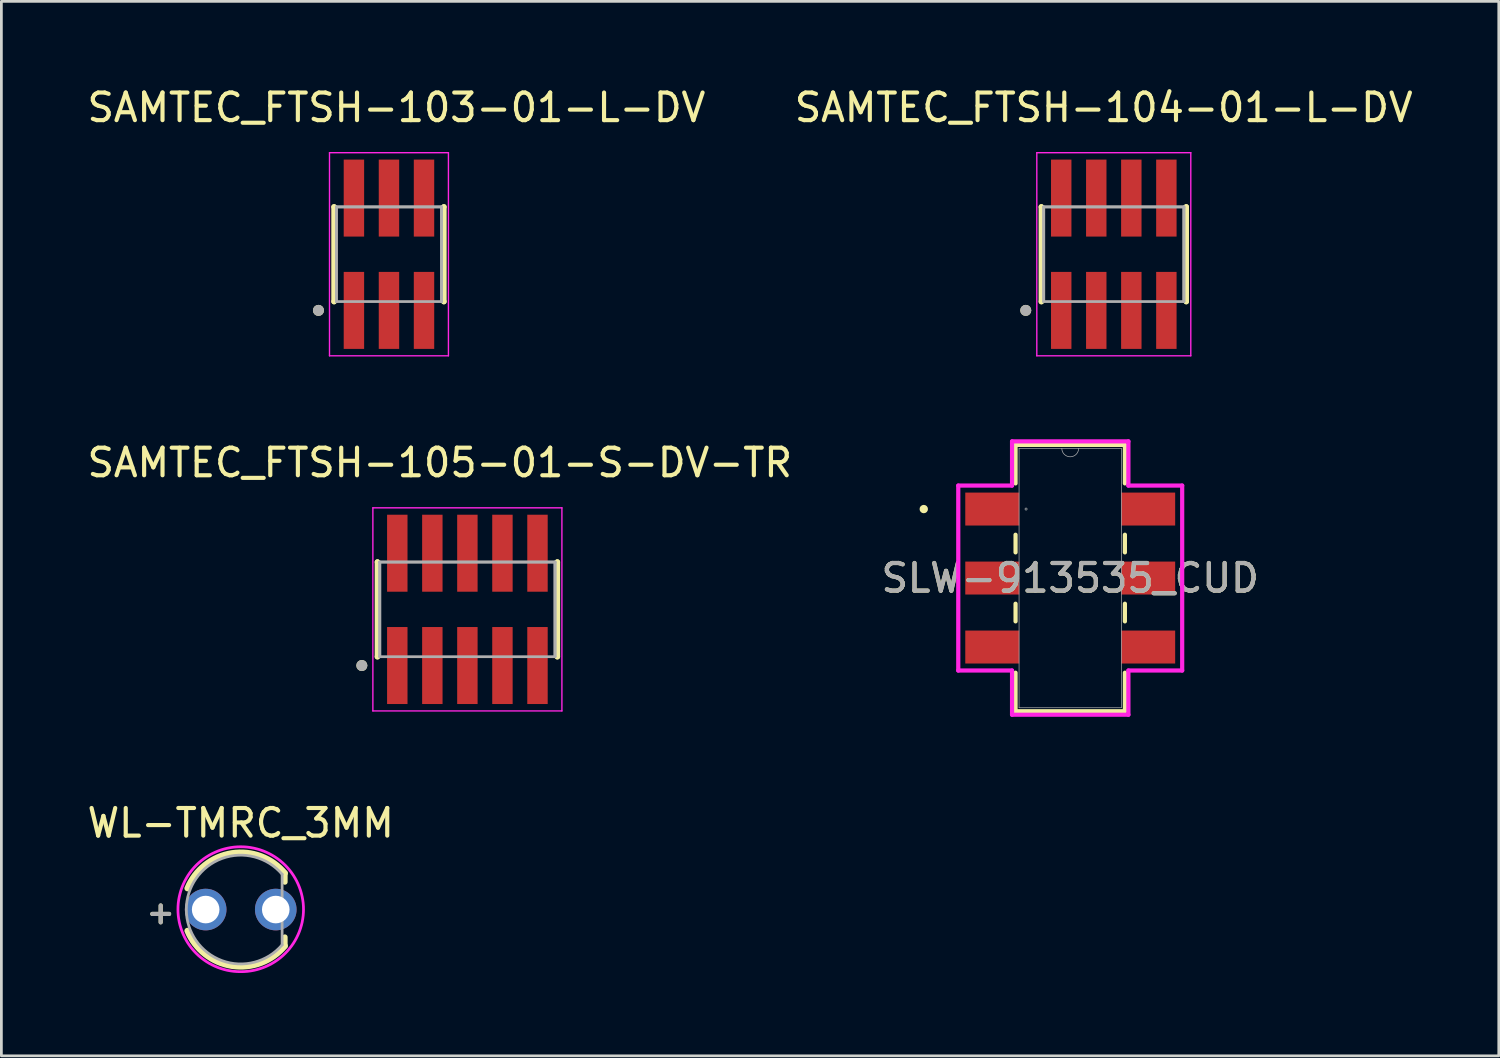
<source format=kicad_pcb>
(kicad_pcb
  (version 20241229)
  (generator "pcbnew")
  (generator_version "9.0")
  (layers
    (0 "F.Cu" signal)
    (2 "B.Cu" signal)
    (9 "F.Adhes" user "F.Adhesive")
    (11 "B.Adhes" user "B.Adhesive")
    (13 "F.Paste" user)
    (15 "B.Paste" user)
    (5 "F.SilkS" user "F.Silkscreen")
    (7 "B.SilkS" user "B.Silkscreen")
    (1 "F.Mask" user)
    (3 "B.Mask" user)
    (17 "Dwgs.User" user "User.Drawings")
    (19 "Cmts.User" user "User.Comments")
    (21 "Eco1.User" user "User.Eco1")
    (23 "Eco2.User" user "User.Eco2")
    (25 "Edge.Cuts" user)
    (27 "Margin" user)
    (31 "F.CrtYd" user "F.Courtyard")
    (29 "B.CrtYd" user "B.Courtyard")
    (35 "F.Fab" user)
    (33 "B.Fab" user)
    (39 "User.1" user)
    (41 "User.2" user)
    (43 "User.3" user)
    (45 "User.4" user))
  (footprint "SLW-913535_CUD"
    (layer "F.Cu")
    (at 35.732 17.897)
    (property "Reference" "SLW-913535_CUD" (at 0 0 0) (unlocked yes) (layer "F.SilkS") (effects (font (size 1 1) (thickness 0.15))))
    (attr smd)
    (fp_line (start -1.981 -4.826) (end -1.981 -3.43) (stroke (width 0.152) (type solid)) (layer "F.SilkS"))
    (fp_line (start -1.981 -1.57) (end -1.981 -0.93) (stroke (width 0.152) (type solid)) (layer "F.SilkS"))
    (fp_line (start -1.981 0.93) (end -1.981 1.57) (stroke (width 0.152) (type solid)) (layer "F.SilkS"))
    (fp_line (start -1.981 3.43) (end -1.981 4.826) (stroke (width 0.152) (type solid)) (layer "F.SilkS"))
    (fp_line (start -1.981 4.826) (end 1.981 4.826) (stroke (width 0.152) (type solid)) (layer "F.SilkS"))
    (fp_line (start 1.981 -4.826) (end -1.981 -4.826) (stroke (width 0.152) (type solid)) (layer "F.SilkS"))
    (fp_line (start 1.981 -3.43) (end 1.981 -4.826) (stroke (width 0.152) (type solid)) (layer "F.SilkS"))
    (fp_line (start 1.981 -0.93) (end 1.981 -1.57) (stroke (width 0.152) (type solid)) (layer "F.SilkS"))
    (fp_line (start 1.981 1.57) (end 1.981 0.93) (stroke (width 0.152) (type solid)) (layer "F.SilkS"))
    (fp_line (start 1.981 4.826) (end 1.981 3.43) (stroke (width 0.152) (type solid)) (layer "F.SilkS"))
    (fp_circle (center -5.307 -2.5) (end -5.231 -2.5) (stroke (width 0.152) (type solid)) (fill no) (layer "F.SilkS"))
    (fp_line (start -4.057 -3.351) (end -2.108 -3.351) (stroke (width 0.152) (type solid)) (layer "F.CrtYd"))
    (fp_line (start -4.057 3.351) (end -4.057 -3.351) (stroke (width 0.152) (type solid)) (layer "F.CrtYd"))
    (fp_line (start -4.057 3.351) (end -2.108 3.351) (stroke (width 0.152) (type solid)) (layer "F.CrtYd"))
    (fp_line (start -2.108 -4.953) (end 2.108 -4.953) (stroke (width 0.152) (type solid)) (layer "F.CrtYd"))
    (fp_line (start -2.108 -3.351) (end -2.108 -4.953) (stroke (width 0.152) (type solid)) (layer "F.CrtYd"))
    (fp_line (start -2.108 4.953) (end -2.108 3.351) (stroke (width 0.152) (type solid)) (layer "F.CrtYd"))
    (fp_line (start 2.108 -4.953) (end 2.108 -3.351) (stroke (width 0.152) (type solid)) (layer "F.CrtYd"))
    (fp_line (start 2.108 3.351) (end 2.108 4.953) (stroke (width 0.152) (type solid)) (layer "F.CrtYd"))
    (fp_line (start 2.108 4.953) (end -2.108 4.953) (stroke (width 0.152) (type solid)) (layer "F.CrtYd"))
    (fp_line (start 4.057 -3.351) (end 2.108 -3.351) (stroke (width 0.152) (type solid)) (layer "F.CrtYd"))
    (fp_line (start 4.057 -3.351) (end 4.057 3.351) (stroke (width 0.152) (type solid)) (layer "F.CrtYd"))
    (fp_line (start 4.057 3.351) (end 2.108 3.351) (stroke (width 0.152) (type solid)) (layer "F.CrtYd"))
    (fp_line (start -1.854 -4.699) (end -1.854 4.699) (stroke (width 0.025) (type solid)) (layer "F.Fab"))
    (fp_line (start -1.854 4.699) (end 1.854 4.699) (stroke (width 0.025) (type solid)) (layer "F.Fab"))
    (fp_line (start 1.854 -4.699) (end -1.854 -4.699) (stroke (width 0.025) (type solid)) (layer "F.Fab"))
    (fp_line (start 1.854 4.699) (end 1.854 -4.699) (stroke (width 0.025) (type solid)) (layer "F.Fab"))
    (fp_arc (start 0.3048 -4.699) (mid 0 -4.3942) (end -0.3048 -4.699) (stroke (width 0.0254) (type solid)) (layer "F.Fab"))
    (fp_circle (center -1.6 -2.5) (end -1.562 -2.5) (stroke (width 0.025) (type solid)) (fill no) (layer "F.Fab"))
    (fp_text user "${REFERENCE}" (at 0 0 0) (unlocked yes) (layer "F.Fab") (effects (font (size 1 1) (thickness 0.15))))
    (pad "1" smd rect (at -2.825 -2.5) (size 1.956 1.194) (layers "F.Cu" "F.Mask" "F.Paste"))
    (pad "2" smd rect (at -2.825 0) (size 1.956 1.194) (layers "F.Cu" "F.Mask" "F.Paste"))
    (pad "3" smd rect (at -2.825 2.5) (size 1.956 1.194) (layers "F.Cu" "F.Mask" "F.Paste"))
    (pad "4" smd rect (at 2.825 -2.5) (size 1.956 1.194) (layers "F.Cu" "F.Mask" "F.Paste"))
    (pad "5" smd rect (at 2.825 0) (size 1.956 1.194) (layers "F.Cu" "F.Mask" "F.Paste"))
    (pad "6" smd rect (at 2.825 2.5) (size 1.956 1.194) (layers "F.Cu" "F.Mask" "F.Paste")))
  (footprint "SAMTEC_FTSH-104-01-L-DV"
    (layer "F.Cu")
    (at 37.311 6.163)
    (property "Reference" "SAMTEC_FTSH-104-01-L-DV" (at -0.365 -5.315 0) (layer "F.SilkS") (effects (font (size 1 1) (thickness 0.15))))
    (attr smd)
    (fp_line (start -2.625 -1.715) (end -2.625 -1.715) (stroke (width 0.2) (type solid)) (layer "F.SilkS"))
    (fp_line (start -2.625 1.715) (end -2.625 -1.715) (stroke (width 0.2) (type solid)) (layer "F.SilkS"))
    (fp_line (start -2.625 1.715) (end -2.625 1.715) (stroke (width 0.2) (type solid)) (layer "F.SilkS"))
    (fp_line (start 2.625 -1.715) (end 2.625 -1.715) (stroke (width 0.2) (type solid)) (layer "F.SilkS"))
    (fp_line (start 2.625 -1.715) (end 2.625 1.715) (stroke (width 0.2) (type solid)) (layer "F.SilkS"))
    (fp_line (start 2.625 1.715) (end 2.625 1.715) (stroke (width 0.2) (type solid)) (layer "F.SilkS"))
    (fp_circle (center -3.19 2.035) (end -3.09 2.035) (stroke (width 0.2) (type solid)) (fill no) (layer "F.SilkS"))
    (fp_line (start -2.79 -3.68) (end 2.79 -3.68) (stroke (width 0.05) (type solid)) (layer "F.CrtYd"))
    (fp_line (start -2.79 3.68) (end -2.79 -3.68) (stroke (width 0.05) (type solid)) (layer "F.CrtYd"))
    (fp_line (start 2.79 -3.68) (end 2.79 3.68) (stroke (width 0.05) (type solid)) (layer "F.CrtYd"))
    (fp_line (start 2.79 3.68) (end -2.79 3.68) (stroke (width 0.05) (type solid)) (layer "F.CrtYd"))
    (fp_line (start -2.54 -1.715) (end 2.54 -1.715) (stroke (width 0.1) (type solid)) (layer "F.Fab"))
    (fp_line (start -2.54 -1.715) (end 2.54 -1.715) (stroke (width 0.1) (type solid)) (layer "F.Fab"))
    (fp_line (start -2.54 1.715) (end -2.54 -1.715) (stroke (width 0.1) (type solid)) (layer "F.Fab"))
    (fp_line (start -2.54 1.715) (end -2.54 -1.715) (stroke (width 0.1) (type solid)) (layer "F.Fab"))
    (fp_line (start 2.54 -1.715) (end 2.54 1.715) (stroke (width 0.1) (type solid)) (layer "F.Fab"))
    (fp_line (start 2.54 -1.715) (end 2.54 1.715) (stroke (width 0.1) (type solid)) (layer "F.Fab"))
    (fp_line (start 2.54 1.715) (end -2.54 1.715) (stroke (width 0.1) (type solid)) (layer "F.Fab"))
    (fp_circle (center -3.19 2.035) (end -3.09 2.035) (stroke (width 0.2) (type solid)) (fill no) (layer "F.Fab"))
    (pad "01" smd rect (at -1.905 2.035) (size 0.74 2.79) (layers "F.Cu" "F.Mask" "F.Paste"))
    (pad "02" smd rect (at -1.905 -2.035) (size 0.74 2.79) (layers "F.Cu" "F.Mask" "F.Paste"))
    (pad "03" smd rect (at -0.635 2.035) (size 0.74 2.79) (layers "F.Cu" "F.Mask" "F.Paste"))
    (pad "04" smd rect (at -0.635 -2.035) (size 0.74 2.79) (layers "F.Cu" "F.Mask" "F.Paste"))
    (pad "05" smd rect (at 0.635 2.035) (size 0.74 2.79) (layers "F.Cu" "F.Mask" "F.Paste"))
    (pad "06" smd rect (at 0.635 -2.035) (size 0.74 2.79) (layers "F.Cu" "F.Mask" "F.Paste"))
    (pad "07" smd rect (at 1.905 2.035) (size 0.74 2.79) (layers "F.Cu" "F.Mask" "F.Paste"))
    (pad "08" smd rect (at 1.905 -2.035) (size 0.74 2.79) (layers "F.Cu" "F.Mask" "F.Paste")))
  (footprint "SAMTEC_FTSH-105-01-S-DV-TR"
    (layer "F.Cu")
    (at 13.887 19.032)
    (property "Reference" "SAMTEC_FTSH-105-01-S-DV-TR" (at -1 -5.315 0) (layer "F.SilkS") (effects (font (size 1 1) (thickness 0.15))))
    (attr smd)
    (fp_line (start -3.26 -1.715) (end -3.26 -1.715) (stroke (width 0.2) (type solid)) (layer "F.SilkS"))
    (fp_line (start -3.26 1.715) (end -3.26 -1.715) (stroke (width 0.2) (type solid)) (layer "F.SilkS"))
    (fp_line (start -3.26 1.715) (end -3.26 1.715) (stroke (width 0.2) (type solid)) (layer "F.SilkS"))
    (fp_line (start 3.26 -1.715) (end 3.26 -1.715) (stroke (width 0.2) (type solid)) (layer "F.SilkS"))
    (fp_line (start 3.26 -1.715) (end 3.26 1.715) (stroke (width 0.2) (type solid)) (layer "F.SilkS"))
    (fp_line (start 3.26 1.715) (end 3.26 1.715) (stroke (width 0.2) (type solid)) (layer "F.SilkS"))
    (fp_circle (center -3.825 2.035) (end -3.725 2.035) (stroke (width 0.2) (type solid)) (fill no) (layer "F.SilkS"))
    (fp_line (start -3.425 -3.68) (end 3.425 -3.68) (stroke (width 0.05) (type solid)) (layer "F.CrtYd"))
    (fp_line (start -3.425 3.68) (end -3.425 -3.68) (stroke (width 0.05) (type solid)) (layer "F.CrtYd"))
    (fp_line (start 3.425 -3.68) (end 3.425 3.68) (stroke (width 0.05) (type solid)) (layer "F.CrtYd"))
    (fp_line (start 3.425 3.68) (end -3.425 3.68) (stroke (width 0.05) (type solid)) (layer "F.CrtYd"))
    (fp_line (start -3.175 -1.715) (end 3.175 -1.715) (stroke (width 0.1) (type solid)) (layer "F.Fab"))
    (fp_line (start -3.175 -1.715) (end 3.175 -1.715) (stroke (width 0.1) (type solid)) (layer "F.Fab"))
    (fp_line (start -3.175 1.715) (end -3.175 -1.715) (stroke (width 0.1) (type solid)) (layer "F.Fab"))
    (fp_line (start -3.175 1.715) (end -3.175 -1.715) (stroke (width 0.1) (type solid)) (layer "F.Fab"))
    (fp_line (start 3.175 -1.715) (end 3.175 1.715) (stroke (width 0.1) (type solid)) (layer "F.Fab"))
    (fp_line (start 3.175 -1.715) (end 3.175 1.715) (stroke (width 0.1) (type solid)) (layer "F.Fab"))
    (fp_line (start 3.175 1.715) (end -3.175 1.715) (stroke (width 0.1) (type solid)) (layer "F.Fab"))
    (fp_circle (center -3.825 2.035) (end -3.725 2.035) (stroke (width 0.2) (type solid)) (fill no) (layer "F.Fab"))
    (pad "01" smd rect (at -2.54 2.035) (size 0.74 2.79) (layers "F.Cu" "F.Mask" "F.Paste"))
    (pad "02" smd rect (at -2.54 -2.035) (size 0.74 2.79) (layers "F.Cu" "F.Mask" "F.Paste"))
    (pad "03" smd rect (at -1.27 2.035) (size 0.74 2.79) (layers "F.Cu" "F.Mask" "F.Paste"))
    (pad "04" smd rect (at -1.27 -2.035) (size 0.74 2.79) (layers "F.Cu" "F.Mask" "F.Paste"))
    (pad "05" smd rect (at 0 2.035) (size 0.74 2.79) (layers "F.Cu" "F.Mask" "F.Paste"))
    (pad "06" smd rect (at 0 -2.035) (size 0.74 2.79) (layers "F.Cu" "F.Mask" "F.Paste"))
    (pad "07" smd rect (at 1.27 2.035) (size 0.74 2.79) (layers "F.Cu" "F.Mask" "F.Paste"))
    (pad "08" smd rect (at 1.27 -2.035) (size 0.74 2.79) (layers "F.Cu" "F.Mask" "F.Paste"))
    (pad "09" smd rect (at 2.54 2.035) (size 0.74 2.79) (layers "F.Cu" "F.Mask" "F.Paste"))
    (pad "10" smd rect (at 2.54 -2.035) (size 0.74 2.79) (layers "F.Cu" "F.Mask" "F.Paste")))
  (footprint "SAMTEC_FTSH-103-01-L-DV"
    (layer "F.Cu")
    (at 11.045 6.163)
    (property "Reference" "SAMTEC_FTSH-103-01-L-DV" (at 0.27 -5.315 0) (layer "F.SilkS") (effects (font (size 1 1) (thickness 0.15))))
    (attr smd)
    (fp_line (start -1.99 -1.715) (end -1.99 -1.715) (stroke (width 0.2) (type solid)) (layer "F.SilkS"))
    (fp_line (start -1.99 1.715) (end -1.99 -1.715) (stroke (width 0.2) (type solid)) (layer "F.SilkS"))
    (fp_line (start -1.99 1.715) (end -1.99 1.715) (stroke (width 0.2) (type solid)) (layer "F.SilkS"))
    (fp_line (start 1.99 -1.715) (end 1.99 -1.715) (stroke (width 0.2) (type solid)) (layer "F.SilkS"))
    (fp_line (start 1.99 -1.715) (end 1.99 1.715) (stroke (width 0.2) (type solid)) (layer "F.SilkS"))
    (fp_line (start 1.99 1.715) (end 1.99 1.715) (stroke (width 0.2) (type solid)) (layer "F.SilkS"))
    (fp_circle (center -2.555 2.035) (end -2.455 2.035) (stroke (width 0.2) (type solid)) (fill no) (layer "F.SilkS"))
    (fp_line (start -2.155 -3.68) (end 2.155 -3.68) (stroke (width 0.05) (type solid)) (layer "F.CrtYd"))
    (fp_line (start -2.155 3.68) (end -2.155 -3.68) (stroke (width 0.05) (type solid)) (layer "F.CrtYd"))
    (fp_line (start 2.155 -3.68) (end 2.155 3.68) (stroke (width 0.05) (type solid)) (layer "F.CrtYd"))
    (fp_line (start 2.155 3.68) (end -2.155 3.68) (stroke (width 0.05) (type solid)) (layer "F.CrtYd"))
    (fp_line (start -1.905 -1.715) (end 1.905 -1.715) (stroke (width 0.1) (type solid)) (layer "F.Fab"))
    (fp_line (start -1.905 -1.715) (end 1.905 -1.715) (stroke (width 0.1) (type solid)) (layer "F.Fab"))
    (fp_line (start -1.905 1.715) (end -1.905 -1.715) (stroke (width 0.1) (type solid)) (layer "F.Fab"))
    (fp_line (start -1.905 1.715) (end -1.905 -1.715) (stroke (width 0.1) (type solid)) (layer "F.Fab"))
    (fp_line (start 1.905 -1.715) (end 1.905 1.715) (stroke (width 0.1) (type solid)) (layer "F.Fab"))
    (fp_line (start 1.905 -1.715) (end 1.905 1.715) (stroke (width 0.1) (type solid)) (layer "F.Fab"))
    (fp_line (start 1.905 1.715) (end -1.905 1.715) (stroke (width 0.1) (type solid)) (layer "F.Fab"))
    (fp_circle (center -2.555 2.035) (end -2.455 2.035) (stroke (width 0.2) (type solid)) (fill no) (layer "F.Fab"))
    (pad "01" smd rect (at -1.27 2.035) (size 0.74 2.79) (layers "F.Cu" "F.Mask" "F.Paste"))
    (pad "02" smd rect (at -1.27 -2.035) (size 0.74 2.79) (layers "F.Cu" "F.Mask" "F.Paste"))
    (pad "03" smd rect (at 0 2.035) (size 0.74 2.79) (layers "F.Cu" "F.Mask" "F.Paste"))
    (pad "04" smd rect (at 0 -2.035) (size 0.74 2.79) (layers "F.Cu" "F.Mask" "F.Paste"))
    (pad "05" smd rect (at 1.27 2.035) (size 0.74 2.79) (layers "F.Cu" "F.Mask" "F.Paste"))
    (pad "06" smd rect (at 1.27 -2.035) (size 0.74 2.79) (layers "F.Cu" "F.Mask" "F.Paste")))
  (footprint "WL-TMRC_3MM"
    (layer "F.Cu")
    (at 5.673 29.91)
    (property "Reference" "WL-TMRC_3MM" (at 0 -3.135 0) (layer "F.SilkS") (effects (font (size 1 1) (thickness 0.15))))
    (attr through_hole)
    (fp_line (start 1.6 -1) (end 1.6 -1.32) (stroke (width 0.2) (type solid)) (layer "F.SilkS"))
    (fp_line (start 1.6 1) (end 1.6 1.32) (stroke (width 0.2) (type solid)) (layer "F.SilkS"))
    (fp_arc (start -1.93 -0.77) (mid -0.320357 -2.042116) (end 1.600001 -1.32) (stroke (width 0.22) (type solid)) (layer "F.SilkS"))
    (fp_arc (start 1.600001 1.32) (mid -0.320357 2.042116) (end -1.93 0.77) (stroke (width 0.22) (type solid)) (layer "F.SilkS"))
    (fp_poly (pts (xy 0 2.25) (xy -0.131 2.247) (xy -0.249 2.238) (xy -0.366 2.222) (xy -0.483 2.201) (xy -0.598 2.173) (xy -0.712 2.139) (xy -0.823 2.1) (xy -0.933 2.054) (xy -1.04 2.003) (xy -1.144 1.947) (xy -1.245 1.885) (xy -1.342 1.818) (xy -1.436 1.746) (xy -1.526 1.669) (xy -1.612 1.587) (xy -1.694 1.501) (xy -1.771 1.411) (xy -1.843 1.317) (xy -1.91 1.22) (xy -1.972 1.119) (xy -2.028 1.015) (xy -2.079 0.908) (xy -2.125 0.798) (xy -2.164 0.687) (xy -2.198 0.573) (xy -2.226 0.458) (xy -2.247 0.341) (xy -2.263 0.224) (xy -2.272 0.106) (xy -2.275 0) (xy -2.272 -0.119) (xy -2.263 -0.238) (xy -2.247 -0.356) (xy -2.225 -0.473) (xy -2.197 -0.589) (xy -2.164 -0.703) (xy -2.124 -0.815) (xy -2.078 -0.925) (xy -2.027 -1.033) (xy -1.97 -1.137) (xy -1.908 -1.239) (xy -1.841 -1.337) (xy -1.768 -1.432) (xy -1.691 -1.522) (xy -1.609 -1.609) (xy -1.522 -1.691) (xy -1.432 -1.768) (xy -1.337 -1.841) (xy -1.239 -1.908) (xy -1.137 -1.97) (xy -1.033 -2.027) (xy -0.925 -2.078) (xy -0.815 -2.124) (xy -0.703 -2.164) (xy -0.589 -2.197) (xy -0.473 -2.225) (xy -0.356 -2.247) (xy -0.238 -2.263) (xy -0.119 -2.272) (xy 0 -2.275) (xy 0.119 -2.272) (xy 0.238 -2.263) (xy 0.356 -2.247) (xy 0.473 -2.225) (xy 0.589 -2.197) (xy 0.703 -2.164) (xy 0.815 -2.124) (xy 0.925 -2.078) (xy 1.033 -2.027) (xy 1.138 -1.97) (xy 1.239 -1.908) (xy 1.337 -1.841) (xy 1.432 -1.768) (xy 1.522 -1.691) (xy 1.609 -1.609) (xy 1.691 -1.522) (xy 1.768 -1.432) (xy 1.841 -1.337) (xy 1.908 -1.239) (xy 1.97 -1.137) (xy 2.027 -1.033) (xy 2.078 -0.925) (xy 2.124 -0.815) (xy 2.164 -0.703) (xy 2.197 -0.589) (xy 2.225 -0.473) (xy 2.247 -0.356) (xy 2.263 -0.238) (xy 2.272 -0.119) (xy 2.275 0) (xy 2.272 0.106) (xy 2.263 0.224) (xy 2.247 0.341) (xy 2.226 0.458) (xy 2.198 0.573) (xy 2.164 0.687) (xy 2.125 0.798) (xy 2.079 0.908) (xy 2.028 1.015) (xy 1.972 1.119) (xy 1.91 1.22) (xy 1.843 1.317) (xy 1.771 1.411) (xy 1.694 1.501) (xy 1.612 1.587) (xy 1.526 1.669) (xy 1.436 1.746) (xy 1.342 1.818) (xy 1.245 1.885) (xy 1.144 1.947) (xy 1.04 2.003) (xy 0.933 2.054) (xy 0.823 2.1) (xy 0.712 2.139) (xy 0.598 2.173) (xy 0.483 2.201) (xy 0.366 2.222) (xy 0.249 2.238) (xy 0.131 2.247) (xy 0 2.25)) (stroke (width 0.1) (type solid)) (fill no) (layer "F.CrtYd"))
    (fp_line (start 1.5 -1.28) (end 1.5 1.28) (stroke (width 0.1) (type solid)) (layer "F.Fab"))
    (fp_arc (start 1.5 1.28) (mid -1.971131 0) (end 1.5 -1.28) (stroke (width 0.1) (type solid)) (layer "F.Fab"))
    (fp_text user "+" (at -2.9 0.1 0) (layer "F.SilkS") (effects (font (size 0.8 0.8) (thickness 0.15))))
    (fp_text user "+" (at -2.9 0.1 0) (layer "F.Fab") (effects (font (size 0.8 0.8) (thickness 0.15))))
    (pad "1" thru_hole circle (at -1.27 0) (size 1.508 1.508) (drill 1) (layers "*.Cu" "*.Mask"))
    (pad "2" thru_hole circle (at 1.27 0) (size 1.508 1.508) (drill 1) (layers "*.Cu" "*.Mask")))
  (gr_rect
    (start -3 -3)
    (end 51.262 35.21)
    (stroke (width 0.1) (type default))
    (fill no)
    (layer "Edge.Cuts")))
</source>
